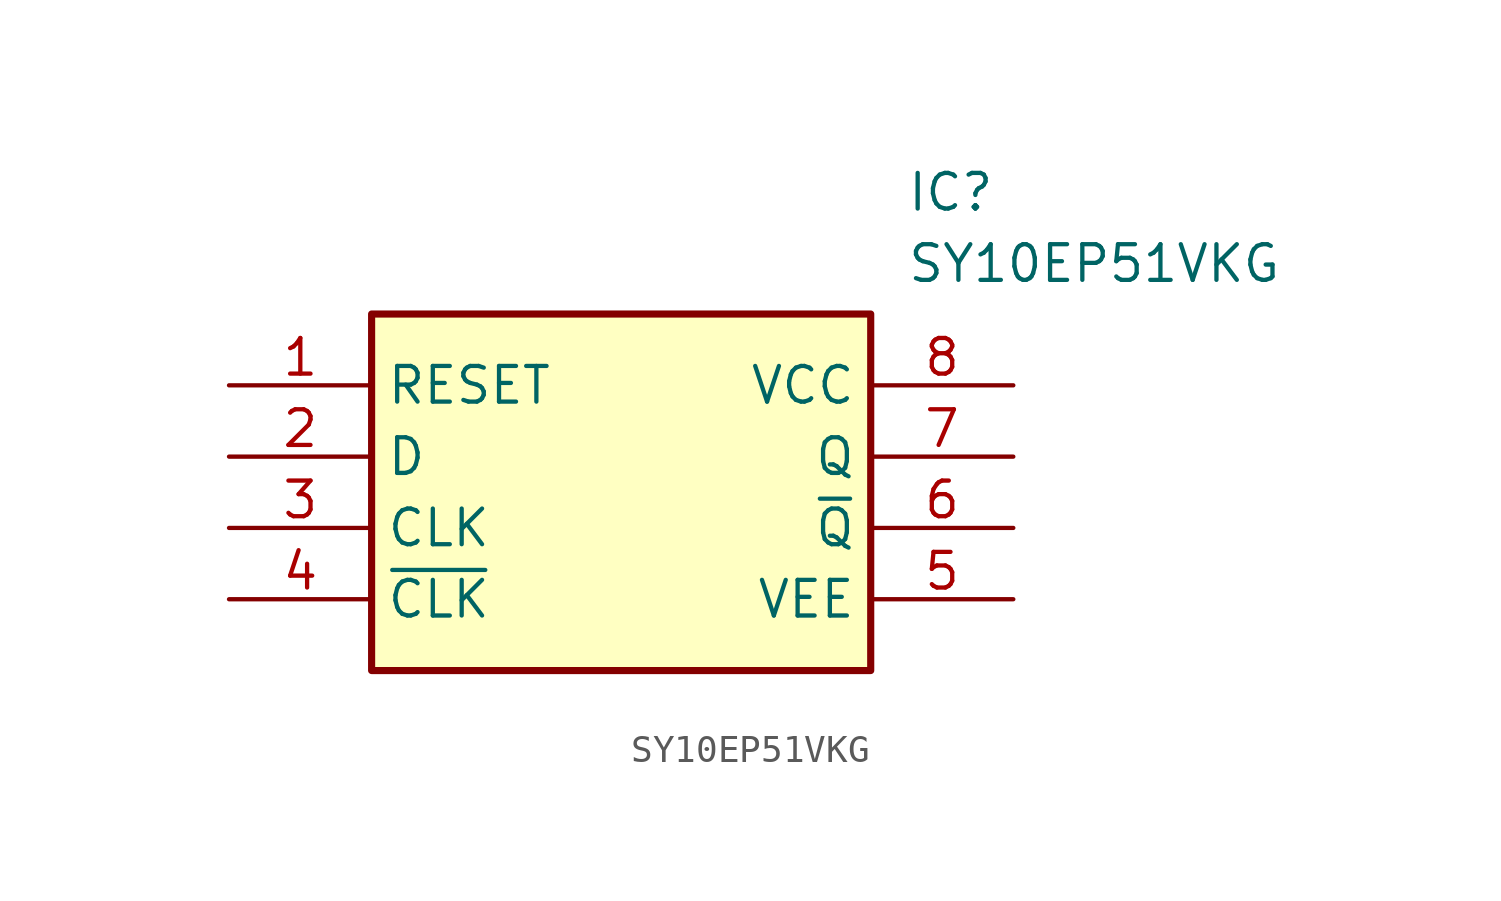
<source format=kicad_sym>
(kicad_symbol_lib
  (version 20211014)
  (generator SamacSys_ECAD_Model)
  (symbol "SY10EP51VKG"
    (property "Reference" "IC"
      (at 24.13 7.62 0)
      (effects (font (size 1.27 1.27)) (justify left top)))
    (property "Value" "SY10EP51VKG"
      (at 24.13 5.08 0)
      (effects (font (size 1.27 1.27)) (justify left top)))
    (rectangle
      (start 5.08 2.54)
      (end 22.86 -10.16)
      (stroke (width 0.254) (type default))
      (fill (type background)))
    (pin passive line
      (at 0 0 0)
      (length 5.08)
      (name "RESET" (effects (font (size 1.27 1.27))))
      (number "1" (effects (font (size 1.27 1.27)))))
    (pin passive line
      (at 0 -2.54 0)
      (length 5.08)
      (name "D" (effects (font (size 1.27 1.27))))
      (number "2" (effects (font (size 1.27 1.27)))))
    (pin passive line
      (at 0 -5.08 0)
      (length 5.08)
      (name "CLK" (effects (font (size 1.27 1.27))))
      (number "3" (effects (font (size 1.27 1.27)))))
    (pin passive line
      (at 0 -7.62 0)
      (length 5.08)
      (name "~{CLK}" (effects (font (size 1.27 1.27))))
      (number "4" (effects (font (size 1.27 1.27)))))
    (pin passive line
      (at 27.94 0 180)
      (length 5.08)
      (name "VCC" (effects (font (size 1.27 1.27))))
      (number "8" (effects (font (size 1.27 1.27)))))
    (pin passive line
      (at 27.94 -2.54 180)
      (length 5.08)
      (name "Q" (effects (font (size 1.27 1.27))))
      (number "7" (effects (font (size 1.27 1.27)))))
    (pin passive line
      (at 27.94 -5.08 180)
      (length 5.08)
      (name "~{Q}" (effects (font (size 1.27 1.27))))
      (number "6" (effects (font (size 1.27 1.27)))))
    (pin passive line
      (at 27.94 -7.62 180)
      (length 5.08)
      (name "VEE" (effects (font (size 1.27 1.27))))
      (number "5" (effects (font (size 1.27 1.27)))))))
</source>
